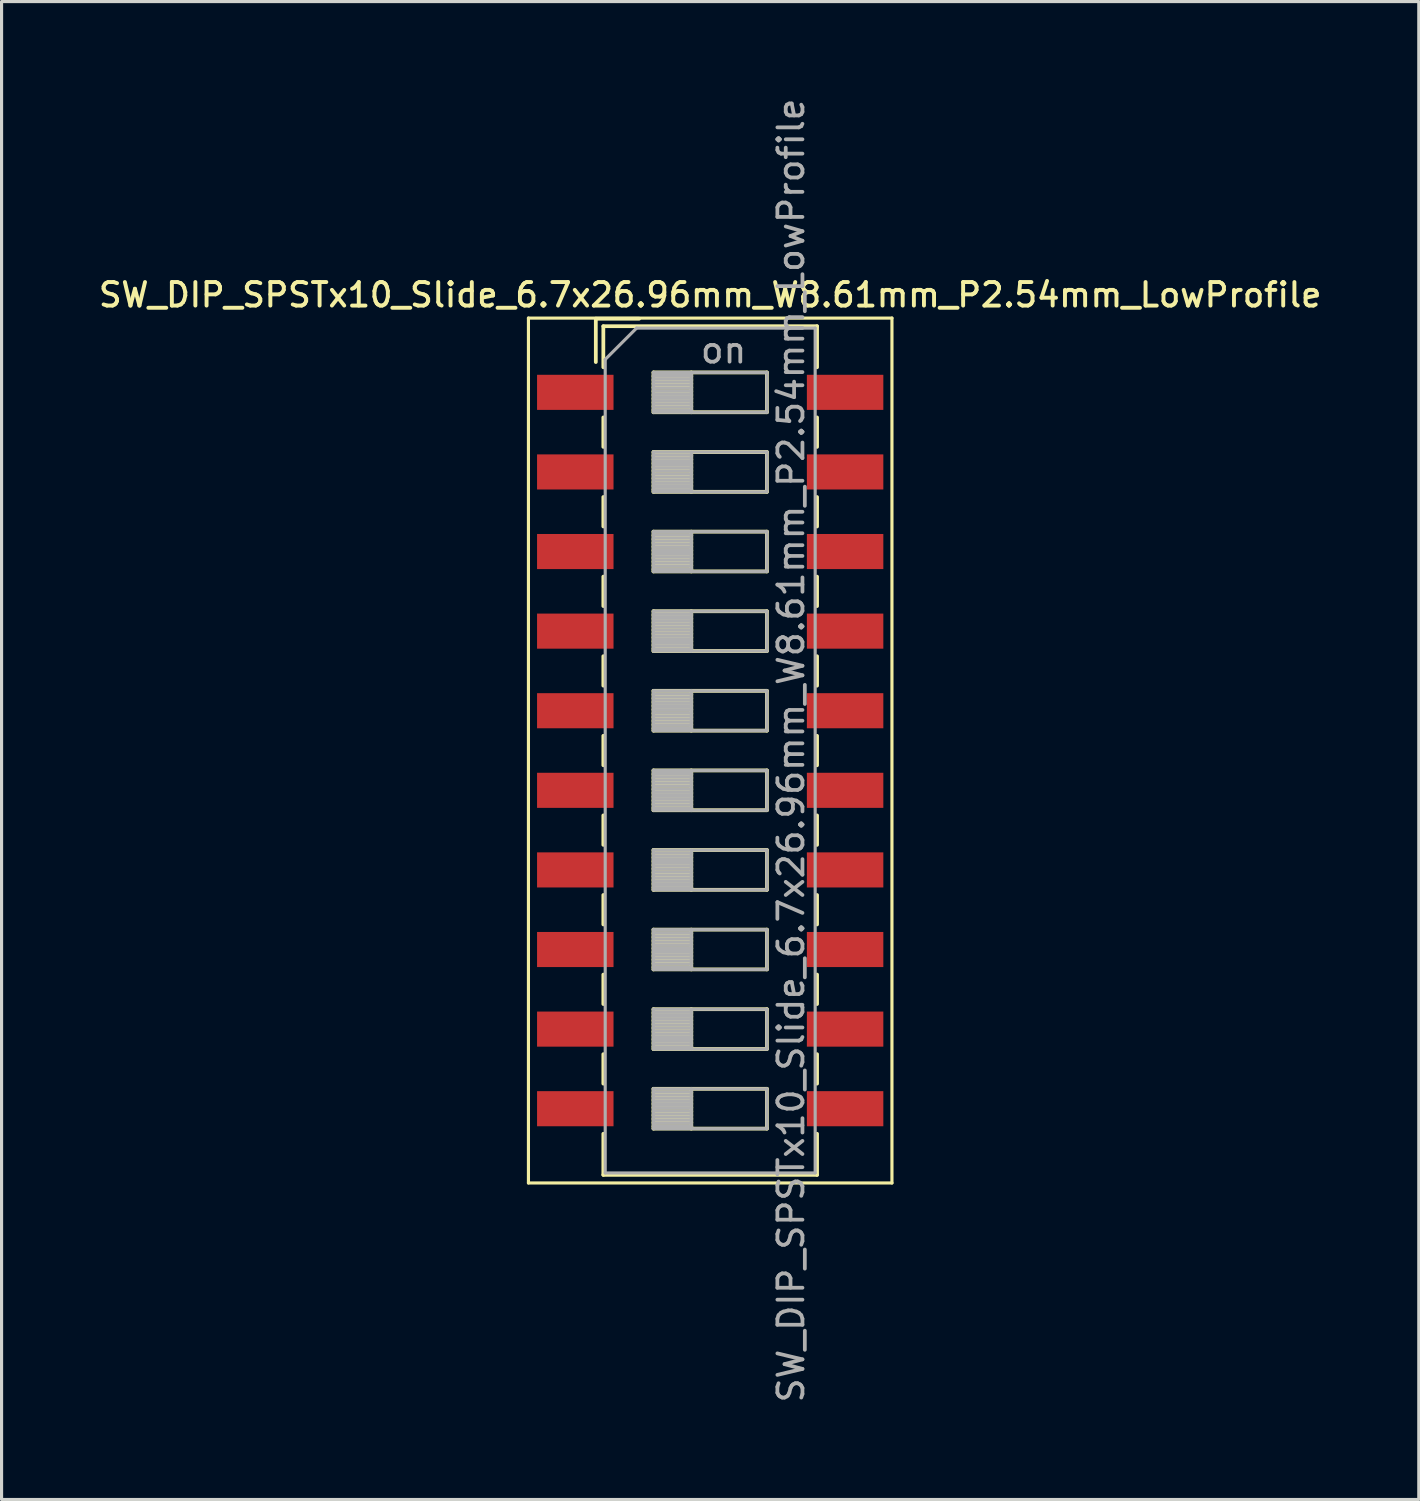
<source format=kicad_pcb>
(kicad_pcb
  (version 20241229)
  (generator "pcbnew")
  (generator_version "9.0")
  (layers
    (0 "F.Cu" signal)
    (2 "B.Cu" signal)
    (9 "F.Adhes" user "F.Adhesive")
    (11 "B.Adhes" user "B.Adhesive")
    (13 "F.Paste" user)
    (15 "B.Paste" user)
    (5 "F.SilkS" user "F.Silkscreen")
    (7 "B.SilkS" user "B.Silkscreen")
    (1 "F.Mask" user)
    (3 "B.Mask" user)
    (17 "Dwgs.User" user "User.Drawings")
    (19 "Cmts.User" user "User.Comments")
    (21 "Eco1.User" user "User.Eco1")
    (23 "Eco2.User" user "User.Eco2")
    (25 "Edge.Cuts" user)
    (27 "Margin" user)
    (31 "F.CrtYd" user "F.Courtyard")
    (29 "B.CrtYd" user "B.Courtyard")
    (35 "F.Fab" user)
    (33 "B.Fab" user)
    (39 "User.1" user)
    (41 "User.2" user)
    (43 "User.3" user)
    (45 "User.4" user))
  (footprint "SW_DIP_SPSTx10_Slide_6.7x26.96mm_W8.61mm_P2.54mm_LowProfile"
    (layer "F.Cu")
    (at 19.613 20.9)
    (property "Reference" "SW_DIP_SPSTx10_Slide_6.7x26.96mm_W8.61mm_P2.54mm_LowProfile" (at 0 -14.54 0) (layer "F.SilkS") (effects (font (size 0.75 0.75) (thickness 0.125))))
    (attr smd)
    (fp_line (start -5.8 -13.8) (end -5.8 13.8) (stroke (width 0.1) (type solid)) (layer "F.SilkS"))
    (fp_line (start -5.8 13.8) (end 5.8 13.8) (stroke (width 0.1) (type solid)) (layer "F.SilkS"))
    (fp_line (start -3.65 -13.78) (end -3.65 -12.397) (stroke (width 0.12) (type solid)) (layer "F.SilkS"))
    (fp_line (start -3.65 -13.78) (end -2.267 -13.78) (stroke (width 0.12) (type solid)) (layer "F.SilkS"))
    (fp_line (start -3.41 -13.54) (end -3.41 -12.23) (stroke (width 0.12) (type solid)) (layer "F.SilkS"))
    (fp_line (start -3.41 -13.54) (end 3.41 -13.54) (stroke (width 0.12) (type solid)) (layer "F.SilkS"))
    (fp_line (start -3.41 -10.63) (end -3.41 -9.69) (stroke (width 0.12) (type solid)) (layer "F.SilkS"))
    (fp_line (start -3.41 -8.09) (end -3.41 -7.15) (stroke (width 0.12) (type solid)) (layer "F.SilkS"))
    (fp_line (start -3.41 -5.55) (end -3.41 -4.61) (stroke (width 0.12) (type solid)) (layer "F.SilkS"))
    (fp_line (start -3.41 -3.01) (end -3.41 -2.07) (stroke (width 0.12) (type solid)) (layer "F.SilkS"))
    (fp_line (start -3.41 -0.47) (end -3.41 0.47) (stroke (width 0.12) (type solid)) (layer "F.SilkS"))
    (fp_line (start -3.41 2.07) (end -3.41 3.01) (stroke (width 0.12) (type solid)) (layer "F.SilkS"))
    (fp_line (start -3.41 4.61) (end -3.41 5.55) (stroke (width 0.12) (type solid)) (layer "F.SilkS"))
    (fp_line (start -3.41 7.15) (end -3.41 8.09) (stroke (width 0.12) (type solid)) (layer "F.SilkS"))
    (fp_line (start -3.41 9.69) (end -3.41 10.63) (stroke (width 0.12) (type solid)) (layer "F.SilkS"))
    (fp_line (start -3.41 12.23) (end -3.41 13.541) (stroke (width 0.12) (type solid)) (layer "F.SilkS"))
    (fp_line (start -3.41 13.541) (end 3.41 13.541) (stroke (width 0.12) (type solid)) (layer "F.SilkS"))
    (fp_line (start -1.81 -12.065) (end -1.81 -10.795) (stroke (width 0.12) (type solid)) (layer "F.SilkS"))
    (fp_line (start -1.81 -11.945) (end -0.603 -11.945) (stroke (width 0.12) (type solid)) (layer "F.SilkS"))
    (fp_line (start -1.81 -11.825) (end -0.603 -11.825) (stroke (width 0.12) (type solid)) (layer "F.SilkS"))
    (fp_line (start -1.81 -11.705) (end -0.603 -11.705) (stroke (width 0.12) (type solid)) (layer "F.SilkS"))
    (fp_line (start -1.81 -11.585) (end -0.603 -11.585) (stroke (width 0.12) (type solid)) (layer "F.SilkS"))
    (fp_line (start -1.81 -11.465) (end -0.603 -11.465) (stroke (width 0.12) (type solid)) (layer "F.SilkS"))
    (fp_line (start -1.81 -11.345) (end -0.603 -11.345) (stroke (width 0.12) (type solid)) (layer "F.SilkS"))
    (fp_line (start -1.81 -11.225) (end -0.603 -11.225) (stroke (width 0.12) (type solid)) (layer "F.SilkS"))
    (fp_line (start -1.81 -11.105) (end -0.603 -11.105) (stroke (width 0.12) (type solid)) (layer "F.SilkS"))
    (fp_line (start -1.81 -10.985) (end -0.603 -10.985) (stroke (width 0.12) (type solid)) (layer "F.SilkS"))
    (fp_line (start -1.81 -10.865) (end -0.603 -10.865) (stroke (width 0.12) (type solid)) (layer "F.SilkS"))
    (fp_line (start -1.81 -10.795) (end 1.81 -10.795) (stroke (width 0.12) (type solid)) (layer "F.SilkS"))
    (fp_line (start -1.81 -9.525) (end -1.81 -8.255) (stroke (width 0.12) (type solid)) (layer "F.SilkS"))
    (fp_line (start -1.81 -9.405) (end -0.603 -9.405) (stroke (width 0.12) (type solid)) (layer "F.SilkS"))
    (fp_line (start -1.81 -9.285) (end -0.603 -9.285) (stroke (width 0.12) (type solid)) (layer "F.SilkS"))
    (fp_line (start -1.81 -9.165) (end -0.603 -9.165) (stroke (width 0.12) (type solid)) (layer "F.SilkS"))
    (fp_line (start -1.81 -9.045) (end -0.603 -9.045) (stroke (width 0.12) (type solid)) (layer "F.SilkS"))
    (fp_line (start -1.81 -8.925) (end -0.603 -8.925) (stroke (width 0.12) (type solid)) (layer "F.SilkS"))
    (fp_line (start -1.81 -8.805) (end -0.603 -8.805) (stroke (width 0.12) (type solid)) (layer "F.SilkS"))
    (fp_line (start -1.81 -8.685) (end -0.603 -8.685) (stroke (width 0.12) (type solid)) (layer "F.SilkS"))
    (fp_line (start -1.81 -8.565) (end -0.603 -8.565) (stroke (width 0.12) (type solid)) (layer "F.SilkS"))
    (fp_line (start -1.81 -8.445) (end -0.603 -8.445) (stroke (width 0.12) (type solid)) (layer "F.SilkS"))
    (fp_line (start -1.81 -8.325) (end -0.603 -8.325) (stroke (width 0.12) (type solid)) (layer "F.SilkS"))
    (fp_line (start -1.81 -8.255) (end 1.81 -8.255) (stroke (width 0.12) (type solid)) (layer "F.SilkS"))
    (fp_line (start -1.81 -6.985) (end -1.81 -5.715) (stroke (width 0.12) (type solid)) (layer "F.SilkS"))
    (fp_line (start -1.81 -6.865) (end -0.603 -6.865) (stroke (width 0.12) (type solid)) (layer "F.SilkS"))
    (fp_line (start -1.81 -6.745) (end -0.603 -6.745) (stroke (width 0.12) (type solid)) (layer "F.SilkS"))
    (fp_line (start -1.81 -6.625) (end -0.603 -6.625) (stroke (width 0.12) (type solid)) (layer "F.SilkS"))
    (fp_line (start -1.81 -6.505) (end -0.603 -6.505) (stroke (width 0.12) (type solid)) (layer "F.SilkS"))
    (fp_line (start -1.81 -6.385) (end -0.603 -6.385) (stroke (width 0.12) (type solid)) (layer "F.SilkS"))
    (fp_line (start -1.81 -6.265) (end -0.603 -6.265) (stroke (width 0.12) (type solid)) (layer "F.SilkS"))
    (fp_line (start -1.81 -6.145) (end -0.603 -6.145) (stroke (width 0.12) (type solid)) (layer "F.SilkS"))
    (fp_line (start -1.81 -6.025) (end -0.603 -6.025) (stroke (width 0.12) (type solid)) (layer "F.SilkS"))
    (fp_line (start -1.81 -5.905) (end -0.603 -5.905) (stroke (width 0.12) (type solid)) (layer "F.SilkS"))
    (fp_line (start -1.81 -5.785) (end -0.603 -5.785) (stroke (width 0.12) (type solid)) (layer "F.SilkS"))
    (fp_line (start -1.81 -5.715) (end 1.81 -5.715) (stroke (width 0.12) (type solid)) (layer "F.SilkS"))
    (fp_line (start -1.81 -4.445) (end -1.81 -3.175) (stroke (width 0.12) (type solid)) (layer "F.SilkS"))
    (fp_line (start -1.81 -4.325) (end -0.603 -4.325) (stroke (width 0.12) (type solid)) (layer "F.SilkS"))
    (fp_line (start -1.81 -4.205) (end -0.603 -4.205) (stroke (width 0.12) (type solid)) (layer "F.SilkS"))
    (fp_line (start -1.81 -4.085) (end -0.603 -4.085) (stroke (width 0.12) (type solid)) (layer "F.SilkS"))
    (fp_line (start -1.81 -3.965) (end -0.603 -3.965) (stroke (width 0.12) (type solid)) (layer "F.SilkS"))
    (fp_line (start -1.81 -3.845) (end -0.603 -3.845) (stroke (width 0.12) (type solid)) (layer "F.SilkS"))
    (fp_line (start -1.81 -3.725) (end -0.603 -3.725) (stroke (width 0.12) (type solid)) (layer "F.SilkS"))
    (fp_line (start -1.81 -3.605) (end -0.603 -3.605) (stroke (width 0.12) (type solid)) (layer "F.SilkS"))
    (fp_line (start -1.81 -3.485) (end -0.603 -3.485) (stroke (width 0.12) (type solid)) (layer "F.SilkS"))
    (fp_line (start -1.81 -3.365) (end -0.603 -3.365) (stroke (width 0.12) (type solid)) (layer "F.SilkS"))
    (fp_line (start -1.81 -3.245) (end -0.603 -3.245) (stroke (width 0.12) (type solid)) (layer "F.SilkS"))
    (fp_line (start -1.81 -3.175) (end 1.81 -3.175) (stroke (width 0.12) (type solid)) (layer "F.SilkS"))
    (fp_line (start -1.81 -1.905) (end -1.81 -0.635) (stroke (width 0.12) (type solid)) (layer "F.SilkS"))
    (fp_line (start -1.81 -1.785) (end -0.603 -1.785) (stroke (width 0.12) (type solid)) (layer "F.SilkS"))
    (fp_line (start -1.81 -1.665) (end -0.603 -1.665) (stroke (width 0.12) (type solid)) (layer "F.SilkS"))
    (fp_line (start -1.81 -1.545) (end -0.603 -1.545) (stroke (width 0.12) (type solid)) (layer "F.SilkS"))
    (fp_line (start -1.81 -1.425) (end -0.603 -1.425) (stroke (width 0.12) (type solid)) (layer "F.SilkS"))
    (fp_line (start -1.81 -1.305) (end -0.603 -1.305) (stroke (width 0.12) (type solid)) (layer "F.SilkS"))
    (fp_line (start -1.81 -1.185) (end -0.603 -1.185) (stroke (width 0.12) (type solid)) (layer "F.SilkS"))
    (fp_line (start -1.81 -1.065) (end -0.603 -1.065) (stroke (width 0.12) (type solid)) (layer "F.SilkS"))
    (fp_line (start -1.81 -0.945) (end -0.603 -0.945) (stroke (width 0.12) (type solid)) (layer "F.SilkS"))
    (fp_line (start -1.81 -0.825) (end -0.603 -0.825) (stroke (width 0.12) (type solid)) (layer "F.SilkS"))
    (fp_line (start -1.81 -0.705) (end -0.603 -0.705) (stroke (width 0.12) (type solid)) (layer "F.SilkS"))
    (fp_line (start -1.81 -0.635) (end 1.81 -0.635) (stroke (width 0.12) (type solid)) (layer "F.SilkS"))
    (fp_line (start -1.81 0.635) (end -1.81 1.905) (stroke (width 0.12) (type solid)) (layer "F.SilkS"))
    (fp_line (start -1.81 0.755) (end -0.603 0.755) (stroke (width 0.12) (type solid)) (layer "F.SilkS"))
    (fp_line (start -1.81 0.875) (end -0.603 0.875) (stroke (width 0.12) (type solid)) (layer "F.SilkS"))
    (fp_line (start -1.81 0.995) (end -0.603 0.995) (stroke (width 0.12) (type solid)) (layer "F.SilkS"))
    (fp_line (start -1.81 1.115) (end -0.603 1.115) (stroke (width 0.12) (type solid)) (layer "F.SilkS"))
    (fp_line (start -1.81 1.235) (end -0.603 1.235) (stroke (width 0.12) (type solid)) (layer "F.SilkS"))
    (fp_line (start -1.81 1.355) (end -0.603 1.355) (stroke (width 0.12) (type solid)) (layer "F.SilkS"))
    (fp_line (start -1.81 1.475) (end -0.603 1.475) (stroke (width 0.12) (type solid)) (layer "F.SilkS"))
    (fp_line (start -1.81 1.595) (end -0.603 1.595) (stroke (width 0.12) (type solid)) (layer "F.SilkS"))
    (fp_line (start -1.81 1.715) (end -0.603 1.715) (stroke (width 0.12) (type solid)) (layer "F.SilkS"))
    (fp_line (start -1.81 1.835) (end -0.603 1.835) (stroke (width 0.12) (type solid)) (layer "F.SilkS"))
    (fp_line (start -1.81 1.905) (end 1.81 1.905) (stroke (width 0.12) (type solid)) (layer "F.SilkS"))
    (fp_line (start -1.81 3.175) (end -1.81 4.445) (stroke (width 0.12) (type solid)) (layer "F.SilkS"))
    (fp_line (start -1.81 3.295) (end -0.603 3.295) (stroke (width 0.12) (type solid)) (layer "F.SilkS"))
    (fp_line (start -1.81 3.415) (end -0.603 3.415) (stroke (width 0.12) (type solid)) (layer "F.SilkS"))
    (fp_line (start -1.81 3.535) (end -0.603 3.535) (stroke (width 0.12) (type solid)) (layer "F.SilkS"))
    (fp_line (start -1.81 3.655) (end -0.603 3.655) (stroke (width 0.12) (type solid)) (layer "F.SilkS"))
    (fp_line (start -1.81 3.775) (end -0.603 3.775) (stroke (width 0.12) (type solid)) (layer "F.SilkS"))
    (fp_line (start -1.81 3.895) (end -0.603 3.895) (stroke (width 0.12) (type solid)) (layer "F.SilkS"))
    (fp_line (start -1.81 4.015) (end -0.603 4.015) (stroke (width 0.12) (type solid)) (layer "F.SilkS"))
    (fp_line (start -1.81 4.135) (end -0.603 4.135) (stroke (width 0.12) (type solid)) (layer "F.SilkS"))
    (fp_line (start -1.81 4.255) (end -0.603 4.255) (stroke (width 0.12) (type solid)) (layer "F.SilkS"))
    (fp_line (start -1.81 4.375) (end -0.603 4.375) (stroke (width 0.12) (type solid)) (layer "F.SilkS"))
    (fp_line (start -1.81 4.445) (end 1.81 4.445) (stroke (width 0.12) (type solid)) (layer "F.SilkS"))
    (fp_line (start -1.81 5.715) (end -1.81 6.985) (stroke (width 0.12) (type solid)) (layer "F.SilkS"))
    (fp_line (start -1.81 5.835) (end -0.603 5.835) (stroke (width 0.12) (type solid)) (layer "F.SilkS"))
    (fp_line (start -1.81 5.955) (end -0.603 5.955) (stroke (width 0.12) (type solid)) (layer "F.SilkS"))
    (fp_line (start -1.81 6.075) (end -0.603 6.075) (stroke (width 0.12) (type solid)) (layer "F.SilkS"))
    (fp_line (start -1.81 6.195) (end -0.603 6.195) (stroke (width 0.12) (type solid)) (layer "F.SilkS"))
    (fp_line (start -1.81 6.315) (end -0.603 6.315) (stroke (width 0.12) (type solid)) (layer "F.SilkS"))
    (fp_line (start -1.81 6.435) (end -0.603 6.435) (stroke (width 0.12) (type solid)) (layer "F.SilkS"))
    (fp_line (start -1.81 6.555) (end -0.603 6.555) (stroke (width 0.12) (type solid)) (layer "F.SilkS"))
    (fp_line (start -1.81 6.675) (end -0.603 6.675) (stroke (width 0.12) (type solid)) (layer "F.SilkS"))
    (fp_line (start -1.81 6.795) (end -0.603 6.795) (stroke (width 0.12) (type solid)) (layer "F.SilkS"))
    (fp_line (start -1.81 6.915) (end -0.603 6.915) (stroke (width 0.12) (type solid)) (layer "F.SilkS"))
    (fp_line (start -1.81 6.985) (end 1.81 6.985) (stroke (width 0.12) (type solid)) (layer "F.SilkS"))
    (fp_line (start -1.81 8.255) (end -1.81 9.525) (stroke (width 0.12) (type solid)) (layer "F.SilkS"))
    (fp_line (start -1.81 8.375) (end -0.603 8.375) (stroke (width 0.12) (type solid)) (layer "F.SilkS"))
    (fp_line (start -1.81 8.495) (end -0.603 8.495) (stroke (width 0.12) (type solid)) (layer "F.SilkS"))
    (fp_line (start -1.81 8.615) (end -0.603 8.615) (stroke (width 0.12) (type solid)) (layer "F.SilkS"))
    (fp_line (start -1.81 8.735) (end -0.603 8.735) (stroke (width 0.12) (type solid)) (layer "F.SilkS"))
    (fp_line (start -1.81 8.855) (end -0.603 8.855) (stroke (width 0.12) (type solid)) (layer "F.SilkS"))
    (fp_line (start -1.81 8.975) (end -0.603 8.975) (stroke (width 0.12) (type solid)) (layer "F.SilkS"))
    (fp_line (start -1.81 9.095) (end -0.603 9.095) (stroke (width 0.12) (type solid)) (layer "F.SilkS"))
    (fp_line (start -1.81 9.215) (end -0.603 9.215) (stroke (width 0.12) (type solid)) (layer "F.SilkS"))
    (fp_line (start -1.81 9.335) (end -0.603 9.335) (stroke (width 0.12) (type solid)) (layer "F.SilkS"))
    (fp_line (start -1.81 9.455) (end -0.603 9.455) (stroke (width 0.12) (type solid)) (layer "F.SilkS"))
    (fp_line (start -1.81 9.525) (end 1.81 9.525) (stroke (width 0.12) (type solid)) (layer "F.SilkS"))
    (fp_line (start -1.81 10.795) (end -1.81 12.065) (stroke (width 0.12) (type solid)) (layer "F.SilkS"))
    (fp_line (start -1.81 10.915) (end -0.603 10.915) (stroke (width 0.12) (type solid)) (layer "F.SilkS"))
    (fp_line (start -1.81 11.035) (end -0.603 11.035) (stroke (width 0.12) (type solid)) (layer "F.SilkS"))
    (fp_line (start -1.81 11.155) (end -0.603 11.155) (stroke (width 0.12) (type solid)) (layer "F.SilkS"))
    (fp_line (start -1.81 11.275) (end -0.603 11.275) (stroke (width 0.12) (type solid)) (layer "F.SilkS"))
    (fp_line (start -1.81 11.395) (end -0.603 11.395) (stroke (width 0.12) (type solid)) (layer "F.SilkS"))
    (fp_line (start -1.81 11.515) (end -0.603 11.515) (stroke (width 0.12) (type solid)) (layer "F.SilkS"))
    (fp_line (start -1.81 11.635) (end -0.603 11.635) (stroke (width 0.12) (type solid)) (layer "F.SilkS"))
    (fp_line (start -1.81 11.755) (end -0.603 11.755) (stroke (width 0.12) (type solid)) (layer "F.SilkS"))
    (fp_line (start -1.81 11.875) (end -0.603 11.875) (stroke (width 0.12) (type solid)) (layer "F.SilkS"))
    (fp_line (start -1.81 11.995) (end -0.603 11.995) (stroke (width 0.12) (type solid)) (layer "F.SilkS"))
    (fp_line (start -1.81 12.065) (end 1.81 12.065) (stroke (width 0.12) (type solid)) (layer "F.SilkS"))
    (fp_line (start -0.603 -12.065) (end -0.603 -10.795) (stroke (width 0.12) (type solid)) (layer "F.SilkS"))
    (fp_line (start -0.603 -9.525) (end -0.603 -8.255) (stroke (width 0.12) (type solid)) (layer "F.SilkS"))
    (fp_line (start -0.603 -6.985) (end -0.603 -5.715) (stroke (width 0.12) (type solid)) (layer "F.SilkS"))
    (fp_line (start -0.603 -4.445) (end -0.603 -3.175) (stroke (width 0.12) (type solid)) (layer "F.SilkS"))
    (fp_line (start -0.603 -1.905) (end -0.603 -0.635) (stroke (width 0.12) (type solid)) (layer "F.SilkS"))
    (fp_line (start -0.603 0.635) (end -0.603 1.905) (stroke (width 0.12) (type solid)) (layer "F.SilkS"))
    (fp_line (start -0.603 3.175) (end -0.603 4.445) (stroke (width 0.12) (type solid)) (layer "F.SilkS"))
    (fp_line (start -0.603 5.715) (end -0.603 6.985) (stroke (width 0.12) (type solid)) (layer "F.SilkS"))
    (fp_line (start -0.603 8.255) (end -0.603 9.525) (stroke (width 0.12) (type solid)) (layer "F.SilkS"))
    (fp_line (start -0.603 10.795) (end -0.603 12.065) (stroke (width 0.12) (type solid)) (layer "F.SilkS"))
    (fp_line (start 1.81 -12.065) (end -1.81 -12.065) (stroke (width 0.12) (type solid)) (layer "F.SilkS"))
    (fp_line (start 1.81 -10.795) (end 1.81 -12.065) (stroke (width 0.12) (type solid)) (layer "F.SilkS"))
    (fp_line (start 1.81 -9.525) (end -1.81 -9.525) (stroke (width 0.12) (type solid)) (layer "F.SilkS"))
    (fp_line (start 1.81 -8.255) (end 1.81 -9.525) (stroke (width 0.12) (type solid)) (layer "F.SilkS"))
    (fp_line (start 1.81 -6.985) (end -1.81 -6.985) (stroke (width 0.12) (type solid)) (layer "F.SilkS"))
    (fp_line (start 1.81 -5.715) (end 1.81 -6.985) (stroke (width 0.12) (type solid)) (layer "F.SilkS"))
    (fp_line (start 1.81 -4.445) (end -1.81 -4.445) (stroke (width 0.12) (type solid)) (layer "F.SilkS"))
    (fp_line (start 1.81 -3.175) (end 1.81 -4.445) (stroke (width 0.12) (type solid)) (layer "F.SilkS"))
    (fp_line (start 1.81 -1.905) (end -1.81 -1.905) (stroke (width 0.12) (type solid)) (layer "F.SilkS"))
    (fp_line (start 1.81 -0.635) (end 1.81 -1.905) (stroke (width 0.12) (type solid)) (layer "F.SilkS"))
    (fp_line (start 1.81 0.635) (end -1.81 0.635) (stroke (width 0.12) (type solid)) (layer "F.SilkS"))
    (fp_line (start 1.81 1.905) (end 1.81 0.635) (stroke (width 0.12) (type solid)) (layer "F.SilkS"))
    (fp_line (start 1.81 3.175) (end -1.81 3.175) (stroke (width 0.12) (type solid)) (layer "F.SilkS"))
    (fp_line (start 1.81 4.445) (end 1.81 3.175) (stroke (width 0.12) (type solid)) (layer "F.SilkS"))
    (fp_line (start 1.81 5.715) (end -1.81 5.715) (stroke (width 0.12) (type solid)) (layer "F.SilkS"))
    (fp_line (start 1.81 6.985) (end 1.81 5.715) (stroke (width 0.12) (type solid)) (layer "F.SilkS"))
    (fp_line (start 1.81 8.255) (end -1.81 8.255) (stroke (width 0.12) (type solid)) (layer "F.SilkS"))
    (fp_line (start 1.81 9.525) (end 1.81 8.255) (stroke (width 0.12) (type solid)) (layer "F.SilkS"))
    (fp_line (start 1.81 10.795) (end -1.81 10.795) (stroke (width 0.12) (type solid)) (layer "F.SilkS"))
    (fp_line (start 1.81 12.065) (end 1.81 10.795) (stroke (width 0.12) (type solid)) (layer "F.SilkS"))
    (fp_line (start 3.41 -13.54) (end 3.41 -12.23) (stroke (width 0.12) (type solid)) (layer "F.SilkS"))
    (fp_line (start 3.41 -10.629) (end 3.41 -9.689) (stroke (width 0.12) (type solid)) (layer "F.SilkS"))
    (fp_line (start 3.41 -8.089) (end 3.41 -7.149) (stroke (width 0.12) (type solid)) (layer "F.SilkS"))
    (fp_line (start 3.41 -5.549) (end 3.41 -4.609) (stroke (width 0.12) (type solid)) (layer "F.SilkS"))
    (fp_line (start 3.41 -3.009) (end 3.41 -2.069) (stroke (width 0.12) (type solid)) (layer "F.SilkS"))
    (fp_line (start 3.41 -0.469) (end 3.41 0.471) (stroke (width 0.12) (type solid)) (layer "F.SilkS"))
    (fp_line (start 3.41 2.071) (end 3.41 3.011) (stroke (width 0.12) (type solid)) (layer "F.SilkS"))
    (fp_line (start 3.41 4.611) (end 3.41 5.55) (stroke (width 0.12) (type solid)) (layer "F.SilkS"))
    (fp_line (start 3.41 7.15) (end 3.41 8.09) (stroke (width 0.12) (type solid)) (layer "F.SilkS"))
    (fp_line (start 3.41 9.69) (end 3.41 10.63) (stroke (width 0.12) (type solid)) (layer "F.SilkS"))
    (fp_line (start 3.41 12.23) (end 3.41 13.541) (stroke (width 0.12) (type solid)) (layer "F.SilkS"))
    (fp_line (start 5.8 -13.8) (end -5.8 -13.8) (stroke (width 0.1) (type solid)) (layer "F.SilkS"))
    (fp_line (start 5.8 13.8) (end 5.8 -13.8) (stroke (width 0.1) (type solid)) (layer "F.SilkS"))
    (fp_line (start -3.35 -12.48) (end -2.35 -13.48) (stroke (width 0.1) (type solid)) (layer "F.Fab"))
    (fp_line (start -3.35 13.48) (end -3.35 -12.48) (stroke (width 0.1) (type solid)) (layer "F.Fab"))
    (fp_line (start -2.35 -13.48) (end 3.35 -13.48) (stroke (width 0.1) (type solid)) (layer "F.Fab"))
    (fp_line (start -1.81 -12.065) (end -1.81 -10.795) (stroke (width 0.1) (type solid)) (layer "F.Fab"))
    (fp_line (start -1.81 -11.965) (end -0.603 -11.965) (stroke (width 0.1) (type solid)) (layer "F.Fab"))
    (fp_line (start -1.81 -11.865) (end -0.603 -11.865) (stroke (width 0.1) (type solid)) (layer "F.Fab"))
    (fp_line (start -1.81 -11.765) (end -0.603 -11.765) (stroke (width 0.1) (type solid)) (layer "F.Fab"))
    (fp_line (start -1.81 -11.665) (end -0.603 -11.665) (stroke (width 0.1) (type solid)) (layer "F.Fab"))
    (fp_line (start -1.81 -11.565) (end -0.603 -11.565) (stroke (width 0.1) (type solid)) (layer "F.Fab"))
    (fp_line (start -1.81 -11.465) (end -0.603 -11.465) (stroke (width 0.1) (type solid)) (layer "F.Fab"))
    (fp_line (start -1.81 -11.365) (end -0.603 -11.365) (stroke (width 0.1) (type solid)) (layer "F.Fab"))
    (fp_line (start -1.81 -11.265) (end -0.603 -11.265) (stroke (width 0.1) (type solid)) (layer "F.Fab"))
    (fp_line (start -1.81 -11.165) (end -0.603 -11.165) (stroke (width 0.1) (type solid)) (layer "F.Fab"))
    (fp_line (start -1.81 -11.065) (end -0.603 -11.065) (stroke (width 0.1) (type solid)) (layer "F.Fab"))
    (fp_line (start -1.81 -10.965) (end -0.603 -10.965) (stroke (width 0.1) (type solid)) (layer "F.Fab"))
    (fp_line (start -1.81 -10.865) (end -0.603 -10.865) (stroke (width 0.1) (type solid)) (layer "F.Fab"))
    (fp_line (start -1.81 -10.795) (end 1.81 -10.795) (stroke (width 0.1) (type solid)) (layer "F.Fab"))
    (fp_line (start -1.81 -9.525) (end -1.81 -8.255) (stroke (width 0.1) (type solid)) (layer "F.Fab"))
    (fp_line (start -1.81 -9.425) (end -0.603 -9.425) (stroke (width 0.1) (type solid)) (layer "F.Fab"))
    (fp_line (start -1.81 -9.325) (end -0.603 -9.325) (stroke (width 0.1) (type solid)) (layer "F.Fab"))
    (fp_line (start -1.81 -9.225) (end -0.603 -9.225) (stroke (width 0.1) (type solid)) (layer "F.Fab"))
    (fp_line (start -1.81 -9.125) (end -0.603 -9.125) (stroke (width 0.1) (type solid)) (layer "F.Fab"))
    (fp_line (start -1.81 -9.025) (end -0.603 -9.025) (stroke (width 0.1) (type solid)) (layer "F.Fab"))
    (fp_line (start -1.81 -8.925) (end -0.603 -8.925) (stroke (width 0.1) (type solid)) (layer "F.Fab"))
    (fp_line (start -1.81 -8.825) (end -0.603 -8.825) (stroke (width 0.1) (type solid)) (layer "F.Fab"))
    (fp_line (start -1.81 -8.725) (end -0.603 -8.725) (stroke (width 0.1) (type solid)) (layer "F.Fab"))
    (fp_line (start -1.81 -8.625) (end -0.603 -8.625) (stroke (width 0.1) (type solid)) (layer "F.Fab"))
    (fp_line (start -1.81 -8.525) (end -0.603 -8.525) (stroke (width 0.1) (type solid)) (layer "F.Fab"))
    (fp_line (start -1.81 -8.425) (end -0.603 -8.425) (stroke (width 0.1) (type solid)) (layer "F.Fab"))
    (fp_line (start -1.81 -8.325) (end -0.603 -8.325) (stroke (width 0.1) (type solid)) (layer "F.Fab"))
    (fp_line (start -1.81 -8.255) (end 1.81 -8.255) (stroke (width 0.1) (type solid)) (layer "F.Fab"))
    (fp_line (start -1.81 -6.985) (end -1.81 -5.715) (stroke (width 0.1) (type solid)) (layer "F.Fab"))
    (fp_line (start -1.81 -6.885) (end -0.603 -6.885) (stroke (width 0.1) (type solid)) (layer "F.Fab"))
    (fp_line (start -1.81 -6.785) (end -0.603 -6.785) (stroke (width 0.1) (type solid)) (layer "F.Fab"))
    (fp_line (start -1.81 -6.685) (end -0.603 -6.685) (stroke (width 0.1) (type solid)) (layer "F.Fab"))
    (fp_line (start -1.81 -6.585) (end -0.603 -6.585) (stroke (width 0.1) (type solid)) (layer "F.Fab"))
    (fp_line (start -1.81 -6.485) (end -0.603 -6.485) (stroke (width 0.1) (type solid)) (layer "F.Fab"))
    (fp_line (start -1.81 -6.385) (end -0.603 -6.385) (stroke (width 0.1) (type solid)) (layer "F.Fab"))
    (fp_line (start -1.81 -6.285) (end -0.603 -6.285) (stroke (width 0.1) (type solid)) (layer "F.Fab"))
    (fp_line (start -1.81 -6.185) (end -0.603 -6.185) (stroke (width 0.1) (type solid)) (layer "F.Fab"))
    (fp_line (start -1.81 -6.085) (end -0.603 -6.085) (stroke (width 0.1) (type solid)) (layer "F.Fab"))
    (fp_line (start -1.81 -5.985) (end -0.603 -5.985) (stroke (width 0.1) (type solid)) (layer "F.Fab"))
    (fp_line (start -1.81 -5.885) (end -0.603 -5.885) (stroke (width 0.1) (type solid)) (layer "F.Fab"))
    (fp_line (start -1.81 -5.785) (end -0.603 -5.785) (stroke (width 0.1) (type solid)) (layer "F.Fab"))
    (fp_line (start -1.81 -5.715) (end 1.81 -5.715) (stroke (width 0.1) (type solid)) (layer "F.Fab"))
    (fp_line (start -1.81 -4.445) (end -1.81 -3.175) (stroke (width 0.1) (type solid)) (layer "F.Fab"))
    (fp_line (start -1.81 -4.345) (end -0.603 -4.345) (stroke (width 0.1) (type solid)) (layer "F.Fab"))
    (fp_line (start -1.81 -4.245) (end -0.603 -4.245) (stroke (width 0.1) (type solid)) (layer "F.Fab"))
    (fp_line (start -1.81 -4.145) (end -0.603 -4.145) (stroke (width 0.1) (type solid)) (layer "F.Fab"))
    (fp_line (start -1.81 -4.045) (end -0.603 -4.045) (stroke (width 0.1) (type solid)) (layer "F.Fab"))
    (fp_line (start -1.81 -3.945) (end -0.603 -3.945) (stroke (width 0.1) (type solid)) (layer "F.Fab"))
    (fp_line (start -1.81 -3.845) (end -0.603 -3.845) (stroke (width 0.1) (type solid)) (layer "F.Fab"))
    (fp_line (start -1.81 -3.745) (end -0.603 -3.745) (stroke (width 0.1) (type solid)) (layer "F.Fab"))
    (fp_line (start -1.81 -3.645) (end -0.603 -3.645) (stroke (width 0.1) (type solid)) (layer "F.Fab"))
    (fp_line (start -1.81 -3.545) (end -0.603 -3.545) (stroke (width 0.1) (type solid)) (layer "F.Fab"))
    (fp_line (start -1.81 -3.445) (end -0.603 -3.445) (stroke (width 0.1) (type solid)) (layer "F.Fab"))
    (fp_line (start -1.81 -3.345) (end -0.603 -3.345) (stroke (width 0.1) (type solid)) (layer "F.Fab"))
    (fp_line (start -1.81 -3.245) (end -0.603 -3.245) (stroke (width 0.1) (type solid)) (layer "F.Fab"))
    (fp_line (start -1.81 -3.175) (end 1.81 -3.175) (stroke (width 0.1) (type solid)) (layer "F.Fab"))
    (fp_line (start -1.81 -1.905) (end -1.81 -0.635) (stroke (width 0.1) (type solid)) (layer "F.Fab"))
    (fp_line (start -1.81 -1.805) (end -0.603 -1.805) (stroke (width 0.1) (type solid)) (layer "F.Fab"))
    (fp_line (start -1.81 -1.705) (end -0.603 -1.705) (stroke (width 0.1) (type solid)) (layer "F.Fab"))
    (fp_line (start -1.81 -1.605) (end -0.603 -1.605) (stroke (width 0.1) (type solid)) (layer "F.Fab"))
    (fp_line (start -1.81 -1.505) (end -0.603 -1.505) (stroke (width 0.1) (type solid)) (layer "F.Fab"))
    (fp_line (start -1.81 -1.405) (end -0.603 -1.405) (stroke (width 0.1) (type solid)) (layer "F.Fab"))
    (fp_line (start -1.81 -1.305) (end -0.603 -1.305) (stroke (width 0.1) (type solid)) (layer "F.Fab"))
    (fp_line (start -1.81 -1.205) (end -0.603 -1.205) (stroke (width 0.1) (type solid)) (layer "F.Fab"))
    (fp_line (start -1.81 -1.105) (end -0.603 -1.105) (stroke (width 0.1) (type solid)) (layer "F.Fab"))
    (fp_line (start -1.81 -1.005) (end -0.603 -1.005) (stroke (width 0.1) (type solid)) (layer "F.Fab"))
    (fp_line (start -1.81 -0.905) (end -0.603 -0.905) (stroke (width 0.1) (type solid)) (layer "F.Fab"))
    (fp_line (start -1.81 -0.805) (end -0.603 -0.805) (stroke (width 0.1) (type solid)) (layer "F.Fab"))
    (fp_line (start -1.81 -0.705) (end -0.603 -0.705) (stroke (width 0.1) (type solid)) (layer "F.Fab"))
    (fp_line (start -1.81 -0.635) (end 1.81 -0.635) (stroke (width 0.1) (type solid)) (layer "F.Fab"))
    (fp_line (start -1.81 0.635) (end -1.81 1.905) (stroke (width 0.1) (type solid)) (layer "F.Fab"))
    (fp_line (start -1.81 0.735) (end -0.603 0.735) (stroke (width 0.1) (type solid)) (layer "F.Fab"))
    (fp_line (start -1.81 0.835) (end -0.603 0.835) (stroke (width 0.1) (type solid)) (layer "F.Fab"))
    (fp_line (start -1.81 0.935) (end -0.603 0.935) (stroke (width 0.1) (type solid)) (layer "F.Fab"))
    (fp_line (start -1.81 1.035) (end -0.603 1.035) (stroke (width 0.1) (type solid)) (layer "F.Fab"))
    (fp_line (start -1.81 1.135) (end -0.603 1.135) (stroke (width 0.1) (type solid)) (layer "F.Fab"))
    (fp_line (start -1.81 1.235) (end -0.603 1.235) (stroke (width 0.1) (type solid)) (layer "F.Fab"))
    (fp_line (start -1.81 1.335) (end -0.603 1.335) (stroke (width 0.1) (type solid)) (layer "F.Fab"))
    (fp_line (start -1.81 1.435) (end -0.603 1.435) (stroke (width 0.1) (type solid)) (layer "F.Fab"))
    (fp_line (start -1.81 1.535) (end -0.603 1.535) (stroke (width 0.1) (type solid)) (layer "F.Fab"))
    (fp_line (start -1.81 1.635) (end -0.603 1.635) (stroke (width 0.1) (type solid)) (layer "F.Fab"))
    (fp_line (start -1.81 1.735) (end -0.603 1.735) (stroke (width 0.1) (type solid)) (layer "F.Fab"))
    (fp_line (start -1.81 1.835) (end -0.603 1.835) (stroke (width 0.1) (type solid)) (layer "F.Fab"))
    (fp_line (start -1.81 1.905) (end 1.81 1.905) (stroke (width 0.1) (type solid)) (layer "F.Fab"))
    (fp_line (start -1.81 3.175) (end -1.81 4.445) (stroke (width 0.1) (type solid)) (layer "F.Fab"))
    (fp_line (start -1.81 3.275) (end -0.603 3.275) (stroke (width 0.1) (type solid)) (layer "F.Fab"))
    (fp_line (start -1.81 3.375) (end -0.603 3.375) (stroke (width 0.1) (type solid)) (layer "F.Fab"))
    (fp_line (start -1.81 3.475) (end -0.603 3.475) (stroke (width 0.1) (type solid)) (layer "F.Fab"))
    (fp_line (start -1.81 3.575) (end -0.603 3.575) (stroke (width 0.1) (type solid)) (layer "F.Fab"))
    (fp_line (start -1.81 3.675) (end -0.603 3.675) (stroke (width 0.1) (type solid)) (layer "F.Fab"))
    (fp_line (start -1.81 3.775) (end -0.603 3.775) (stroke (width 0.1) (type solid)) (layer "F.Fab"))
    (fp_line (start -1.81 3.875) (end -0.603 3.875) (stroke (width 0.1) (type solid)) (layer "F.Fab"))
    (fp_line (start -1.81 3.975) (end -0.603 3.975) (stroke (width 0.1) (type solid)) (layer "F.Fab"))
    (fp_line (start -1.81 4.075) (end -0.603 4.075) (stroke (width 0.1) (type solid)) (layer "F.Fab"))
    (fp_line (start -1.81 4.175) (end -0.603 4.175) (stroke (width 0.1) (type solid)) (layer "F.Fab"))
    (fp_line (start -1.81 4.275) (end -0.603 4.275) (stroke (width 0.1) (type solid)) (layer "F.Fab"))
    (fp_line (start -1.81 4.375) (end -0.603 4.375) (stroke (width 0.1) (type solid)) (layer "F.Fab"))
    (fp_line (start -1.81 4.445) (end 1.81 4.445) (stroke (width 0.1) (type solid)) (layer "F.Fab"))
    (fp_line (start -1.81 5.715) (end -1.81 6.985) (stroke (width 0.1) (type solid)) (layer "F.Fab"))
    (fp_line (start -1.81 5.815) (end -0.603 5.815) (stroke (width 0.1) (type solid)) (layer "F.Fab"))
    (fp_line (start -1.81 5.915) (end -0.603 5.915) (stroke (width 0.1) (type solid)) (layer "F.Fab"))
    (fp_line (start -1.81 6.015) (end -0.603 6.015) (stroke (width 0.1) (type solid)) (layer "F.Fab"))
    (fp_line (start -1.81 6.115) (end -0.603 6.115) (stroke (width 0.1) (type solid)) (layer "F.Fab"))
    (fp_line (start -1.81 6.215) (end -0.603 6.215) (stroke (width 0.1) (type solid)) (layer "F.Fab"))
    (fp_line (start -1.81 6.315) (end -0.603 6.315) (stroke (width 0.1) (type solid)) (layer "F.Fab"))
    (fp_line (start -1.81 6.415) (end -0.603 6.415) (stroke (width 0.1) (type solid)) (layer "F.Fab"))
    (fp_line (start -1.81 6.515) (end -0.603 6.515) (stroke (width 0.1) (type solid)) (layer "F.Fab"))
    (fp_line (start -1.81 6.615) (end -0.603 6.615) (stroke (width 0.1) (type solid)) (layer "F.Fab"))
    (fp_line (start -1.81 6.715) (end -0.603 6.715) (stroke (width 0.1) (type solid)) (layer "F.Fab"))
    (fp_line (start -1.81 6.815) (end -0.603 6.815) (stroke (width 0.1) (type solid)) (layer "F.Fab"))
    (fp_line (start -1.81 6.915) (end -0.603 6.915) (stroke (width 0.1) (type solid)) (layer "F.Fab"))
    (fp_line (start -1.81 6.985) (end 1.81 6.985) (stroke (width 0.1) (type solid)) (layer "F.Fab"))
    (fp_line (start -1.81 8.255) (end -1.81 9.525) (stroke (width 0.1) (type solid)) (layer "F.Fab"))
    (fp_line (start -1.81 8.355) (end -0.603 8.355) (stroke (width 0.1) (type solid)) (layer "F.Fab"))
    (fp_line (start -1.81 8.455) (end -0.603 8.455) (stroke (width 0.1) (type solid)) (layer "F.Fab"))
    (fp_line (start -1.81 8.555) (end -0.603 8.555) (stroke (width 0.1) (type solid)) (layer "F.Fab"))
    (fp_line (start -1.81 8.655) (end -0.603 8.655) (stroke (width 0.1) (type solid)) (layer "F.Fab"))
    (fp_line (start -1.81 8.755) (end -0.603 8.755) (stroke (width 0.1) (type solid)) (layer "F.Fab"))
    (fp_line (start -1.81 8.855) (end -0.603 8.855) (stroke (width 0.1) (type solid)) (layer "F.Fab"))
    (fp_line (start -1.81 8.955) (end -0.603 8.955) (stroke (width 0.1) (type solid)) (layer "F.Fab"))
    (fp_line (start -1.81 9.055) (end -0.603 9.055) (stroke (width 0.1) (type solid)) (layer "F.Fab"))
    (fp_line (start -1.81 9.155) (end -0.603 9.155) (stroke (width 0.1) (type solid)) (layer "F.Fab"))
    (fp_line (start -1.81 9.255) (end -0.603 9.255) (stroke (width 0.1) (type solid)) (layer "F.Fab"))
    (fp_line (start -1.81 9.355) (end -0.603 9.355) (stroke (width 0.1) (type solid)) (layer "F.Fab"))
    (fp_line (start -1.81 9.455) (end -0.603 9.455) (stroke (width 0.1) (type solid)) (layer "F.Fab"))
    (fp_line (start -1.81 9.525) (end 1.81 9.525) (stroke (width 0.1) (type solid)) (layer "F.Fab"))
    (fp_line (start -1.81 10.795) (end -1.81 12.065) (stroke (width 0.1) (type solid)) (layer "F.Fab"))
    (fp_line (start -1.81 10.895) (end -0.603 10.895) (stroke (width 0.1) (type solid)) (layer "F.Fab"))
    (fp_line (start -1.81 10.995) (end -0.603 10.995) (stroke (width 0.1) (type solid)) (layer "F.Fab"))
    (fp_line (start -1.81 11.095) (end -0.603 11.095) (stroke (width 0.1) (type solid)) (layer "F.Fab"))
    (fp_line (start -1.81 11.195) (end -0.603 11.195) (stroke (width 0.1) (type solid)) (layer "F.Fab"))
    (fp_line (start -1.81 11.295) (end -0.603 11.295) (stroke (width 0.1) (type solid)) (layer "F.Fab"))
    (fp_line (start -1.81 11.395) (end -0.603 11.395) (stroke (width 0.1) (type solid)) (layer "F.Fab"))
    (fp_line (start -1.81 11.495) (end -0.603 11.495) (stroke (width 0.1) (type solid)) (layer "F.Fab"))
    (fp_line (start -1.81 11.595) (end -0.603 11.595) (stroke (width 0.1) (type solid)) (layer "F.Fab"))
    (fp_line (start -1.81 11.695) (end -0.603 11.695) (stroke (width 0.1) (type solid)) (layer "F.Fab"))
    (fp_line (start -1.81 11.795) (end -0.603 11.795) (stroke (width 0.1) (type solid)) (layer "F.Fab"))
    (fp_line (start -1.81 11.895) (end -0.603 11.895) (stroke (width 0.1) (type solid)) (layer "F.Fab"))
    (fp_line (start -1.81 11.995) (end -0.603 11.995) (stroke (width 0.1) (type solid)) (layer "F.Fab"))
    (fp_line (start -1.81 12.065) (end 1.81 12.065) (stroke (width 0.1) (type solid)) (layer "F.Fab"))
    (fp_line (start -0.603 -12.065) (end -0.603 -10.795) (stroke (width 0.1) (type solid)) (layer "F.Fab"))
    (fp_line (start -0.603 -9.525) (end -0.603 -8.255) (stroke (width 0.1) (type solid)) (layer "F.Fab"))
    (fp_line (start -0.603 -6.985) (end -0.603 -5.715) (stroke (width 0.1) (type solid)) (layer "F.Fab"))
    (fp_line (start -0.603 -4.445) (end -0.603 -3.175) (stroke (width 0.1) (type solid)) (layer "F.Fab"))
    (fp_line (start -0.603 -1.905) (end -0.603 -0.635) (stroke (width 0.1) (type solid)) (layer "F.Fab"))
    (fp_line (start -0.603 0.635) (end -0.603 1.905) (stroke (width 0.1) (type solid)) (layer "F.Fab"))
    (fp_line (start -0.603 3.175) (end -0.603 4.445) (stroke (width 0.1) (type solid)) (layer "F.Fab"))
    (fp_line (start -0.603 5.715) (end -0.603 6.985) (stroke (width 0.1) (type solid)) (layer "F.Fab"))
    (fp_line (start -0.603 8.255) (end -0.603 9.525) (stroke (width 0.1) (type solid)) (layer "F.Fab"))
    (fp_line (start -0.603 10.795) (end -0.603 12.065) (stroke (width 0.1) (type solid)) (layer "F.Fab"))
    (fp_line (start 1.81 -12.065) (end -1.81 -12.065) (stroke (width 0.1) (type solid)) (layer "F.Fab"))
    (fp_line (start 1.81 -10.795) (end 1.81 -12.065) (stroke (width 0.1) (type solid)) (layer "F.Fab"))
    (fp_line (start 1.81 -9.525) (end -1.81 -9.525) (stroke (width 0.1) (type solid)) (layer "F.Fab"))
    (fp_line (start 1.81 -8.255) (end 1.81 -9.525) (stroke (width 0.1) (type solid)) (layer "F.Fab"))
    (fp_line (start 1.81 -6.985) (end -1.81 -6.985) (stroke (width 0.1) (type solid)) (layer "F.Fab"))
    (fp_line (start 1.81 -5.715) (end 1.81 -6.985) (stroke (width 0.1) (type solid)) (layer "F.Fab"))
    (fp_line (start 1.81 -4.445) (end -1.81 -4.445) (stroke (width 0.1) (type solid)) (layer "F.Fab"))
    (fp_line (start 1.81 -3.175) (end 1.81 -4.445) (stroke (width 0.1) (type solid)) (layer "F.Fab"))
    (fp_line (start 1.81 -1.905) (end -1.81 -1.905) (stroke (width 0.1) (type solid)) (layer "F.Fab"))
    (fp_line (start 1.81 -0.635) (end 1.81 -1.905) (stroke (width 0.1) (type solid)) (layer "F.Fab"))
    (fp_line (start 1.81 0.635) (end -1.81 0.635) (stroke (width 0.1) (type solid)) (layer "F.Fab"))
    (fp_line (start 1.81 1.905) (end 1.81 0.635) (stroke (width 0.1) (type solid)) (layer "F.Fab"))
    (fp_line (start 1.81 3.175) (end -1.81 3.175) (stroke (width 0.1) (type solid)) (layer "F.Fab"))
    (fp_line (start 1.81 4.445) (end 1.81 3.175) (stroke (width 0.1) (type solid)) (layer "F.Fab"))
    (fp_line (start 1.81 5.715) (end -1.81 5.715) (stroke (width 0.1) (type solid)) (layer "F.Fab"))
    (fp_line (start 1.81 6.985) (end 1.81 5.715) (stroke (width 0.1) (type solid)) (layer "F.Fab"))
    (fp_line (start 1.81 8.255) (end -1.81 8.255) (stroke (width 0.1) (type solid)) (layer "F.Fab"))
    (fp_line (start 1.81 9.525) (end 1.81 8.255) (stroke (width 0.1) (type solid)) (layer "F.Fab"))
    (fp_line (start 1.81 10.795) (end -1.81 10.795) (stroke (width 0.1) (type solid)) (layer "F.Fab"))
    (fp_line (start 1.81 12.065) (end 1.81 10.795) (stroke (width 0.1) (type solid)) (layer "F.Fab"))
    (fp_line (start 3.35 -13.48) (end 3.35 13.48) (stroke (width 0.1) (type solid)) (layer "F.Fab"))
    (fp_line (start 3.35 13.48) (end -3.35 13.48) (stroke (width 0.1) (type solid)) (layer "F.Fab"))
    (fp_text user "${REFERENCE}" (at 2.58 0 90) (layer "F.Fab") (effects (font (size 0.8 0.8) (thickness 0.12))))
    (fp_text user "on" (at 0.427 -12.773 0) (layer "F.Fab") (effects (font (size 0.8 0.8) (thickness 0.12))))
    (pad "1" smd rect (at -4.305 -11.43) (size 2.44 1.12) (layers "F.Cu" "F.Mask" "F.Paste"))
    (pad "2" smd rect (at -4.305 -8.89) (size 2.44 1.12) (layers "F.Cu" "F.Mask" "F.Paste"))
    (pad "3" smd rect (at -4.305 -6.35) (size 2.44 1.12) (layers "F.Cu" "F.Mask" "F.Paste"))
    (pad "4" smd rect (at -4.305 -3.81) (size 2.44 1.12) (layers "F.Cu" "F.Mask" "F.Paste"))
    (pad "5" smd rect (at -4.305 -1.27) (size 2.44 1.12) (layers "F.Cu" "F.Mask" "F.Paste"))
    (pad "6" smd rect (at -4.305 1.27) (size 2.44 1.12) (layers "F.Cu" "F.Mask" "F.Paste"))
    (pad "7" smd rect (at -4.305 3.81) (size 2.44 1.12) (layers "F.Cu" "F.Mask" "F.Paste"))
    (pad "8" smd rect (at -4.305 6.35) (size 2.44 1.12) (layers "F.Cu" "F.Mask" "F.Paste"))
    (pad "9" smd rect (at -4.305 8.89) (size 2.44 1.12) (layers "F.Cu" "F.Mask" "F.Paste"))
    (pad "10" smd rect (at -4.305 11.43) (size 2.44 1.12) (layers "F.Cu" "F.Mask" "F.Paste"))
    (pad "11" smd rect (at 4.305 11.43) (size 2.44 1.12) (layers "F.Cu" "F.Mask" "F.Paste"))
    (pad "12" smd rect (at 4.305 8.89) (size 2.44 1.12) (layers "F.Cu" "F.Mask" "F.Paste"))
    (pad "13" smd rect (at 4.305 6.35) (size 2.44 1.12) (layers "F.Cu" "F.Mask" "F.Paste"))
    (pad "14" smd rect (at 4.305 3.81) (size 2.44 1.12) (layers "F.Cu" "F.Mask" "F.Paste"))
    (pad "15" smd rect (at 4.305 1.27) (size 2.44 1.12) (layers "F.Cu" "F.Mask" "F.Paste"))
    (pad "16" smd rect (at 4.305 -1.27) (size 2.44 1.12) (layers "F.Cu" "F.Mask" "F.Paste"))
    (pad "17" smd rect (at 4.305 -3.81) (size 2.44 1.12) (layers "F.Cu" "F.Mask" "F.Paste"))
    (pad "18" smd rect (at 4.305 -6.35) (size 2.44 1.12) (layers "F.Cu" "F.Mask" "F.Paste"))
    (pad "19" smd rect (at 4.305 -8.89) (size 2.44 1.12) (layers "F.Cu" "F.Mask" "F.Paste"))
    (pad "20" smd rect (at 4.305 -11.43) (size 2.44 1.12) (layers "F.Cu" "F.Mask" "F.Paste")))
  (gr_rect
    (start -3 -3)
    (end 42.225 44.8)
    (stroke (width 0.1) (type default))
    (fill no)
    (layer "Edge.Cuts")))
</source>
